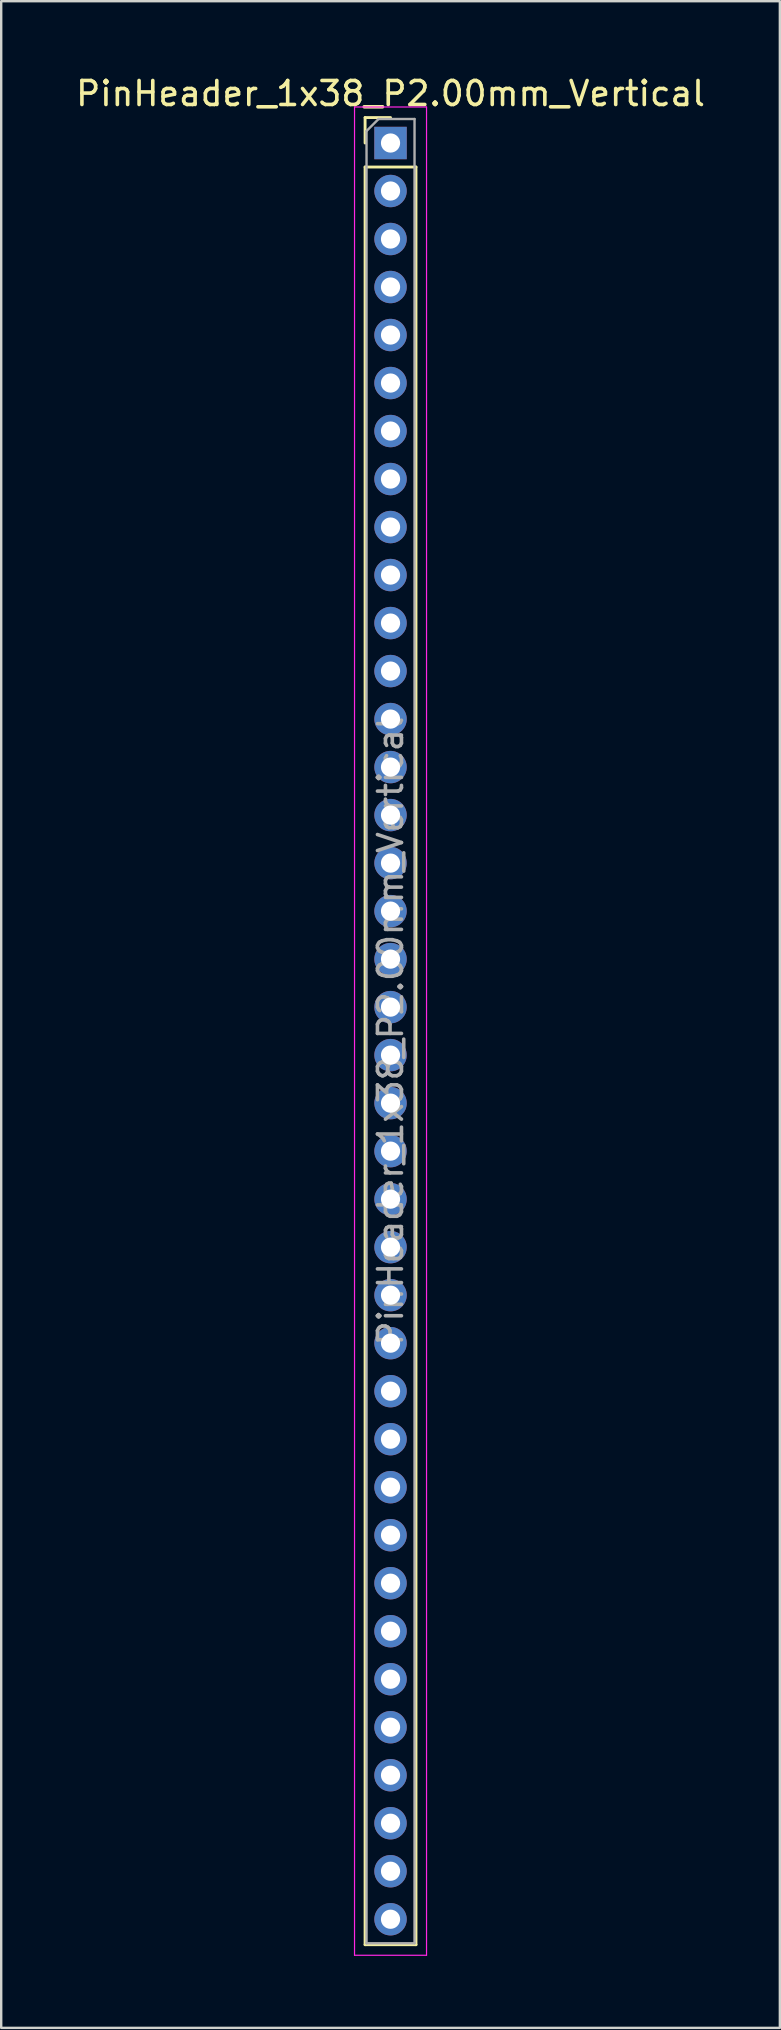
<source format=kicad_pcb>
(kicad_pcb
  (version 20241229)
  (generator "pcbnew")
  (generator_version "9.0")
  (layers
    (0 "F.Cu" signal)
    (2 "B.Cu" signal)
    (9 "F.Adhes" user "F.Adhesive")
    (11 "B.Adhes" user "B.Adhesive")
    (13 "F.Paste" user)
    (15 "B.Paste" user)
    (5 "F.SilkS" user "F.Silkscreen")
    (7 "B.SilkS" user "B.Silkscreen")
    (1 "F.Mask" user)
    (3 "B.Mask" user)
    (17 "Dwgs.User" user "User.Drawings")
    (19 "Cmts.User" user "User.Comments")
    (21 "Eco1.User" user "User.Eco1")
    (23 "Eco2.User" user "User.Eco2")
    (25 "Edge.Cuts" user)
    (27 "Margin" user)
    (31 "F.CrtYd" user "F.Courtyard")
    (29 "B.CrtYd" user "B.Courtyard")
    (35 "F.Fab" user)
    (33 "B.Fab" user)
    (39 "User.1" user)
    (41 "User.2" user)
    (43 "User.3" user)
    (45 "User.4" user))
  (footprint "PinHeader_1x38_P2.00mm_Vertical"
    (layer "F.Cu")
    (at 13.22 2.908)
    (property "Reference" "PinHeader_1x38_P2.00mm_Vertical" (at 0 -2.06 0) (layer "F.SilkS") (effects (font (size 1 1) (thickness 0.15))))
    (attr through_hole)
    (fp_line (start -1.06 -1.06) (end 0 -1.06) (stroke (width 0.12) (type solid)) (layer "F.SilkS"))
    (fp_line (start -1.06 0) (end -1.06 -1.06) (stroke (width 0.12) (type solid)) (layer "F.SilkS"))
    (fp_line (start -1.06 1) (end -1.06 75.06) (stroke (width 0.12) (type solid)) (layer "F.SilkS"))
    (fp_line (start -1.06 1) (end 1.06 1) (stroke (width 0.12) (type solid)) (layer "F.SilkS"))
    (fp_line (start -1.06 75.06) (end 1.06 75.06) (stroke (width 0.12) (type solid)) (layer "F.SilkS"))
    (fp_line (start 1.06 1) (end 1.06 75.06) (stroke (width 0.12) (type solid)) (layer "F.SilkS"))
    (fp_line (start -1.5 -1.5) (end -1.5 75.5) (stroke (width 0.05) (type solid)) (layer "F.CrtYd"))
    (fp_line (start -1.5 75.5) (end 1.5 75.5) (stroke (width 0.05) (type solid)) (layer "F.CrtYd"))
    (fp_line (start 1.5 -1.5) (end -1.5 -1.5) (stroke (width 0.05) (type solid)) (layer "F.CrtYd"))
    (fp_line (start 1.5 75.5) (end 1.5 -1.5) (stroke (width 0.05) (type solid)) (layer "F.CrtYd"))
    (fp_line (start -1 -0.5) (end -0.5 -1) (stroke (width 0.1) (type solid)) (layer "F.Fab"))
    (fp_line (start -1 75) (end -1 -0.5) (stroke (width 0.1) (type solid)) (layer "F.Fab"))
    (fp_line (start -0.5 -1) (end 1 -1) (stroke (width 0.1) (type solid)) (layer "F.Fab"))
    (fp_line (start 1 -1) (end 1 75) (stroke (width 0.1) (type solid)) (layer "F.Fab"))
    (fp_line (start 1 75) (end -1 75) (stroke (width 0.1) (type solid)) (layer "F.Fab"))
    (fp_text user "${REFERENCE}" (at 0 37 90) (layer "F.Fab") (effects (font (size 1 1) (thickness 0.15))))
    (pad "1" thru_hole rect (at 0 0) (size 1.35 1.35) (drill 0.8) (layers "*.Cu" "*.Mask"))
    (pad "2" thru_hole oval (at 0 2) (size 1.35 1.35) (drill 0.8) (layers "*.Cu" "*.Mask"))
    (pad "3" thru_hole oval (at 0 4) (size 1.35 1.35) (drill 0.8) (layers "*.Cu" "*.Mask"))
    (pad "4" thru_hole oval (at 0 6) (size 1.35 1.35) (drill 0.8) (layers "*.Cu" "*.Mask"))
    (pad "5" thru_hole oval (at 0 8) (size 1.35 1.35) (drill 0.8) (layers "*.Cu" "*.Mask"))
    (pad "6" thru_hole oval (at 0 10) (size 1.35 1.35) (drill 0.8) (layers "*.Cu" "*.Mask"))
    (pad "7" thru_hole oval (at 0 12) (size 1.35 1.35) (drill 0.8) (layers "*.Cu" "*.Mask"))
    (pad "8" thru_hole oval (at 0 14) (size 1.35 1.35) (drill 0.8) (layers "*.Cu" "*.Mask"))
    (pad "9" thru_hole oval (at 0 16) (size 1.35 1.35) (drill 0.8) (layers "*.Cu" "*.Mask"))
    (pad "10" thru_hole oval (at 0 18) (size 1.35 1.35) (drill 0.8) (layers "*.Cu" "*.Mask"))
    (pad "11" thru_hole oval (at 0 20) (size 1.35 1.35) (drill 0.8) (layers "*.Cu" "*.Mask"))
    (pad "12" thru_hole oval (at 0 22) (size 1.35 1.35) (drill 0.8) (layers "*.Cu" "*.Mask"))
    (pad "13" thru_hole oval (at 0 24) (size 1.35 1.35) (drill 0.8) (layers "*.Cu" "*.Mask"))
    (pad "14" thru_hole oval (at 0 26) (size 1.35 1.35) (drill 0.8) (layers "*.Cu" "*.Mask"))
    (pad "15" thru_hole oval (at 0 28) (size 1.35 1.35) (drill 0.8) (layers "*.Cu" "*.Mask"))
    (pad "16" thru_hole oval (at 0 30) (size 1.35 1.35) (drill 0.8) (layers "*.Cu" "*.Mask"))
    (pad "17" thru_hole oval (at 0 32) (size 1.35 1.35) (drill 0.8) (layers "*.Cu" "*.Mask"))
    (pad "18" thru_hole oval (at 0 34) (size 1.35 1.35) (drill 0.8) (layers "*.Cu" "*.Mask"))
    (pad "19" thru_hole oval (at 0 36) (size 1.35 1.35) (drill 0.8) (layers "*.Cu" "*.Mask"))
    (pad "20" thru_hole oval (at 0 38) (size 1.35 1.35) (drill 0.8) (layers "*.Cu" "*.Mask"))
    (pad "21" thru_hole oval (at 0 40) (size 1.35 1.35) (drill 0.8) (layers "*.Cu" "*.Mask"))
    (pad "22" thru_hole oval (at 0 42) (size 1.35 1.35) (drill 0.8) (layers "*.Cu" "*.Mask"))
    (pad "23" thru_hole oval (at 0 44) (size 1.35 1.35) (drill 0.8) (layers "*.Cu" "*.Mask"))
    (pad "24" thru_hole oval (at 0 46) (size 1.35 1.35) (drill 0.8) (layers "*.Cu" "*.Mask"))
    (pad "25" thru_hole oval (at 0 48) (size 1.35 1.35) (drill 0.8) (layers "*.Cu" "*.Mask"))
    (pad "26" thru_hole oval (at 0 50) (size 1.35 1.35) (drill 0.8) (layers "*.Cu" "*.Mask"))
    (pad "27" thru_hole oval (at 0 52) (size 1.35 1.35) (drill 0.8) (layers "*.Cu" "*.Mask"))
    (pad "28" thru_hole oval (at 0 54) (size 1.35 1.35) (drill 0.8) (layers "*.Cu" "*.Mask"))
    (pad "29" thru_hole oval (at 0 56) (size 1.35 1.35) (drill 0.8) (layers "*.Cu" "*.Mask"))
    (pad "30" thru_hole oval (at 0 58) (size 1.35 1.35) (drill 0.8) (layers "*.Cu" "*.Mask"))
    (pad "31" thru_hole oval (at 0 60) (size 1.35 1.35) (drill 0.8) (layers "*.Cu" "*.Mask"))
    (pad "32" thru_hole oval (at 0 62) (size 1.35 1.35) (drill 0.8) (layers "*.Cu" "*.Mask"))
    (pad "33" thru_hole oval (at 0 64) (size 1.35 1.35) (drill 0.8) (layers "*.Cu" "*.Mask"))
    (pad "34" thru_hole oval (at 0 66) (size 1.35 1.35) (drill 0.8) (layers "*.Cu" "*.Mask"))
    (pad "35" thru_hole oval (at 0 68) (size 1.35 1.35) (drill 0.8) (layers "*.Cu" "*.Mask"))
    (pad "36" thru_hole oval (at 0 70) (size 1.35 1.35) (drill 0.8) (layers "*.Cu" "*.Mask"))
    (pad "37" thru_hole oval (at 0 72) (size 1.35 1.35) (drill 0.8) (layers "*.Cu" "*.Mask"))
    (pad "38" thru_hole oval (at 0 74) (size 1.35 1.35) (drill 0.8) (layers "*.Cu" "*.Mask")))
  (gr_rect
    (start -3 -3)
    (end 29.44 81.433)
    (stroke (width 0.1) (type default))
    (fill no)
    (layer "Edge.Cuts")))
</source>
